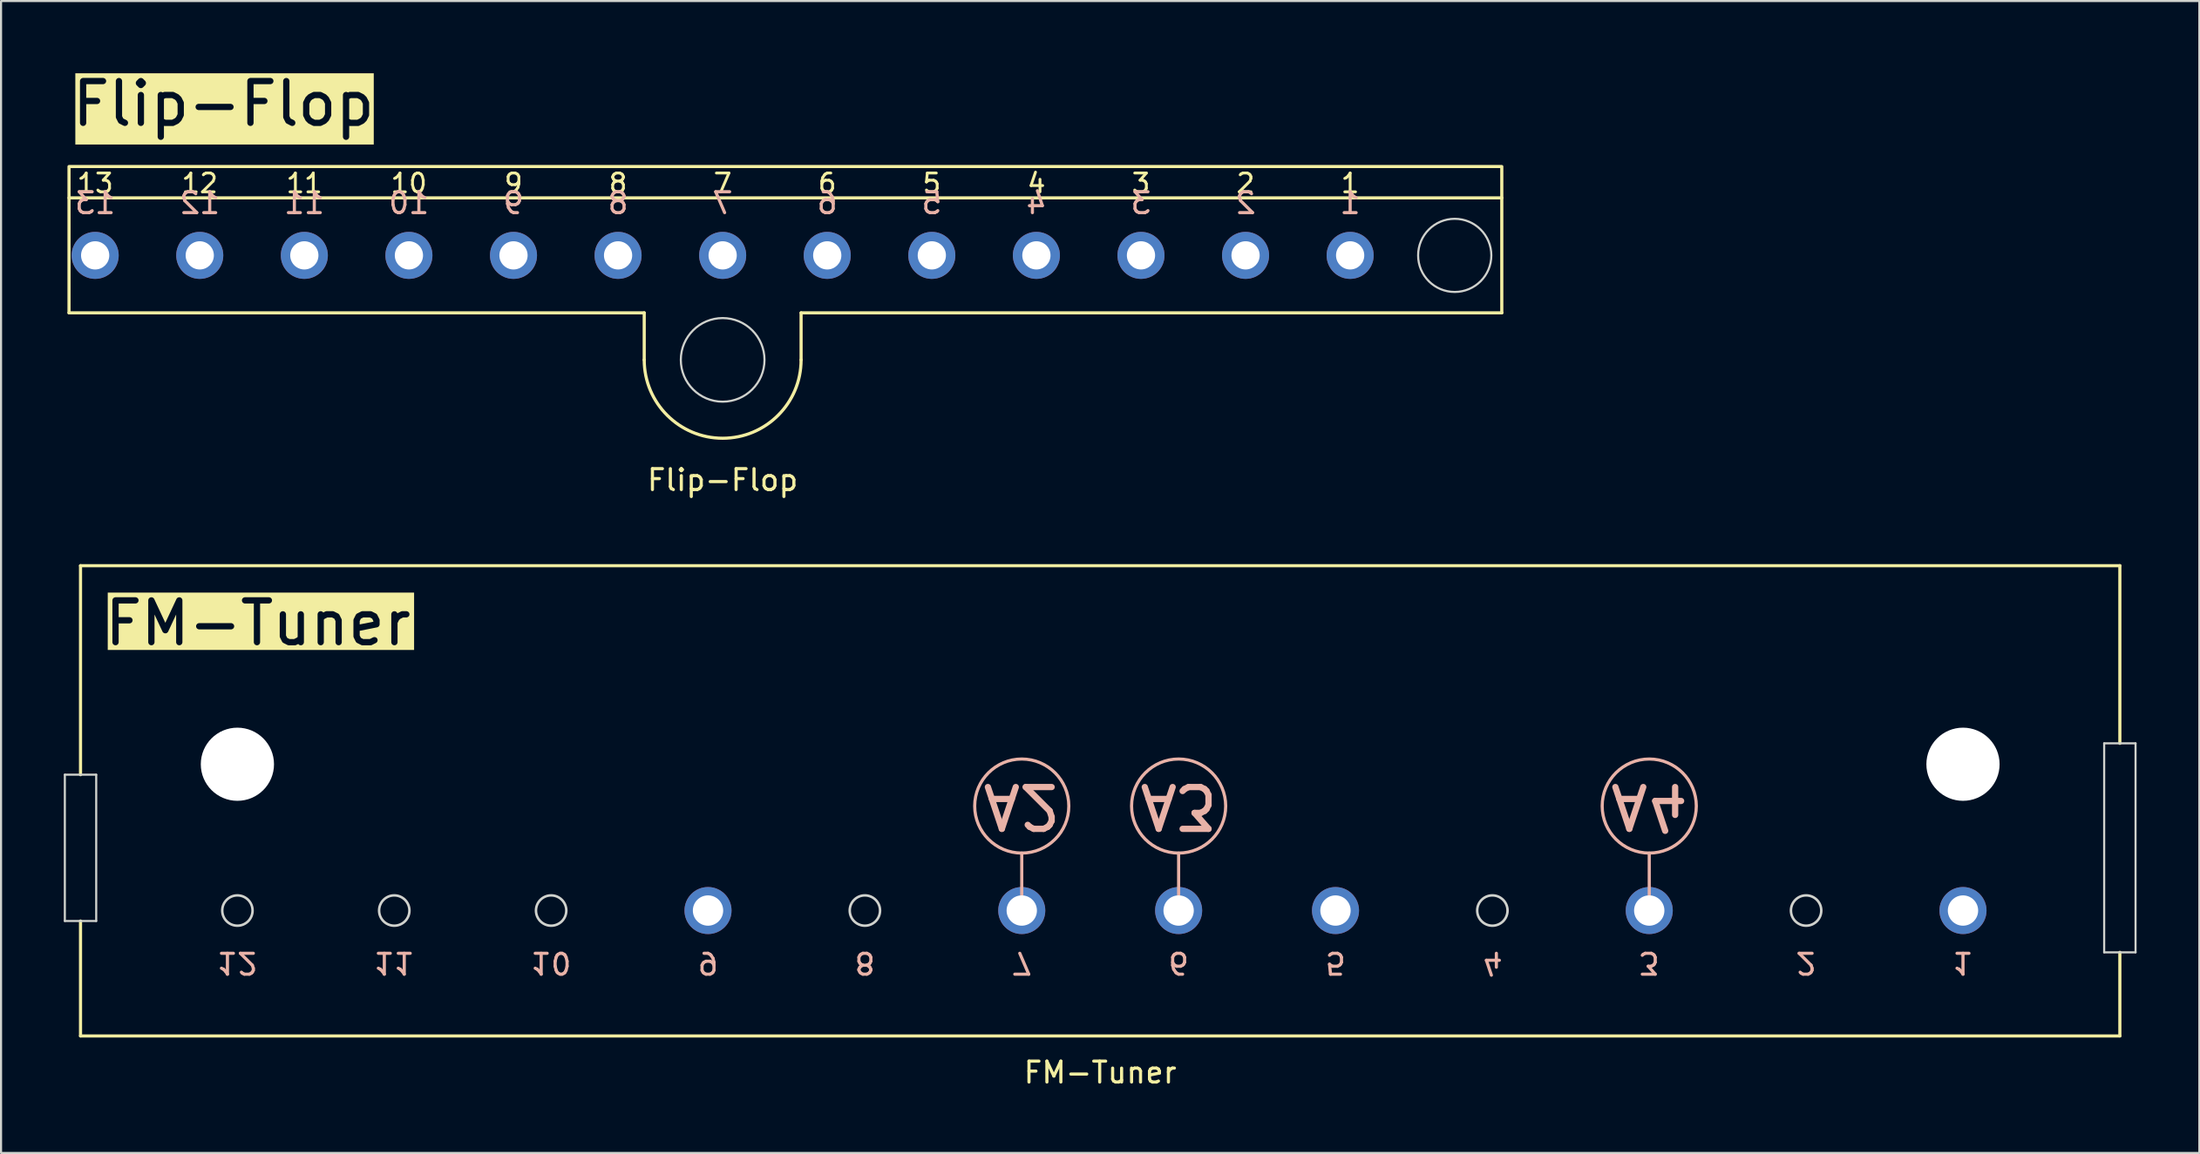
<source format=kicad_pcb>
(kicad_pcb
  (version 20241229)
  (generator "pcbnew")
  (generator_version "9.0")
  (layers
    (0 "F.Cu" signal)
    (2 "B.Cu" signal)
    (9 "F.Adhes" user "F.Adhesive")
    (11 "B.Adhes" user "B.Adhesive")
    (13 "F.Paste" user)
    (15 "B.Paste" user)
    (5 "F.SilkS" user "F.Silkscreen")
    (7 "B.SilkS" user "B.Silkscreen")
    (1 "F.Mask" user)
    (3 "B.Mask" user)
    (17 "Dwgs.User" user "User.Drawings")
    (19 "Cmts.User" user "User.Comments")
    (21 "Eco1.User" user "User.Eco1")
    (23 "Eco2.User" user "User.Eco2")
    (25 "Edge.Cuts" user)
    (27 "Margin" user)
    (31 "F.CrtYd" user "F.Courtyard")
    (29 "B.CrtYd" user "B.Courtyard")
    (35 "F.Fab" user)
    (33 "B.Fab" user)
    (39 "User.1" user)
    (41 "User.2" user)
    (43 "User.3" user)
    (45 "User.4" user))
  (footprint "FM-Tuner"
    (layer "F.Cu")
    (at 0.8 24.017)
    (property "Reference" "FM-Tuner" (at 48.75 24.25 0) (unlocked yes) (layer "F.SilkS") (effects (font (size 1 1) (thickness 0.15))))
    (attr through_hole)
    (fp_line (start 0 0) (end 0 10) (stroke (width 0.15) (type default)) (layer "F.SilkS"))
    (fp_line (start 0 17) (end 0 22.5) (stroke (width 0.15) (type default)) (layer "F.SilkS"))
    (fp_line (start 0 22.5) (end 97.5 22.5) (stroke (width 0.15) (type default)) (layer "F.SilkS"))
    (fp_line (start 97.5 0) (end 0 0) (stroke (width 0.15) (type default)) (layer "F.SilkS"))
    (fp_line (start 97.5 8.5) (end 97.5 0) (stroke (width 0.15) (type default)) (layer "F.SilkS"))
    (fp_line (start 97.5 22.5) (end 97.5 18.5) (stroke (width 0.15) (type default)) (layer "F.SilkS"))
    (fp_line (start 45 13.75) (end 45 15.75) (stroke (width 0.15) (type default)) (layer "B.SilkS"))
    (fp_line (start 52.5 13.75) (end 52.5 15.75) (stroke (width 0.15) (type default)) (layer "B.SilkS"))
    (fp_line (start 75 13.75) (end 75 15.75) (stroke (width 0.15) (type default)) (layer "B.SilkS"))
    (fp_circle (center 45 11.5) (end 47.25 11.5) (stroke (width 0.15) (type default)) (fill no) (layer "B.SilkS"))
    (fp_circle (center 52.5 11.5) (end 54.75 11.5) (stroke (width 0.15) (type default)) (fill no) (layer "B.SilkS"))
    (fp_circle (center 75 11.5) (end 77.25 11.5) (stroke (width 0.15) (type default)) (fill no) (layer "B.SilkS"))
    (fp_line (start -0.75 10) (end 0.75 10) (stroke (width 0.1) (type default)) (layer "Edge.Cuts"))
    (fp_line (start -0.75 17) (end -0.75 10) (stroke (width 0.1) (type default)) (layer "Edge.Cuts"))
    (fp_line (start -0.75 17) (end 0.75 17) (stroke (width 0.1) (type default)) (layer "Edge.Cuts"))
    (fp_line (start 0.75 10) (end 0.75 17) (stroke (width 0.1) (type default)) (layer "Edge.Cuts"))
    (fp_line (start 96.75 8.5) (end 98.25 8.5) (stroke (width 0.1) (type default)) (layer "Edge.Cuts"))
    (fp_line (start 96.75 18.5) (end 96.75 8.5) (stroke (width 0.1) (type default)) (layer "Edge.Cuts"))
    (fp_line (start 96.75 18.5) (end 98.25 18.5) (stroke (width 0.1) (type default)) (layer "Edge.Cuts"))
    (fp_line (start 98.25 8.5) (end 98.25 18.5) (stroke (width 0.1) (type default)) (layer "Edge.Cuts"))
    (fp_circle (center 7.5 16.5) (end 8.225 16.5) (stroke (width 0.12) (type default)) (fill no) (layer "Edge.Cuts"))
    (fp_circle (center 15 16.5) (end 15.725 16.5) (stroke (width 0.12) (type default)) (fill no) (layer "Edge.Cuts"))
    (fp_circle (center 22.5 16.5) (end 23.225 16.5) (stroke (width 0.12) (type default)) (fill no) (layer "Edge.Cuts"))
    (fp_circle (center 37.5 16.5) (end 38.225 16.5) (stroke (width 0.12) (type default)) (fill no) (layer "Edge.Cuts"))
    (fp_circle (center 67.5 16.5) (end 68.225 16.5) (stroke (width 0.12) (type default)) (fill no) (layer "Edge.Cuts"))
    (fp_circle (center 82.5 16.5) (end 83.225 16.5) (stroke (width 0.12) (type default)) (fill no) (layer "Edge.Cuts"))
    (fp_text user "FM-Tuner" (at 1 2.75 0) (unlocked yes) (layer "F.SilkS" knockout) (effects (font (size 2 2) (thickness 0.3)) (justify left)))
    (fp_text user "1" (at 90 19 180) (unlocked yes) (layer "B.SilkS") (effects (font (size 1 1) (thickness 0.15)) (justify mirror)))
    (fp_text user "5" (at 60 19 180) (unlocked yes) (layer "B.SilkS") (effects (font (size 1 1) (thickness 0.15)) (justify mirror)))
    (fp_text user "A4" (at 75 11.5 180) (unlocked yes) (layer "B.SilkS") (effects (font (size 2 2) (thickness 0.3)) (justify mirror)))
    (fp_text user "3" (at 75 19 180) (unlocked yes) (layer "B.SilkS") (effects (font (size 1 1) (thickness 0.15)) (justify mirror)))
    (fp_text user "6" (at 52.5 19 180) (unlocked yes) (layer "B.SilkS") (effects (font (size 1 1) (thickness 0.15)) (justify mirror)))
    (fp_text user "A2" (at 45 11.5 180) (unlocked yes) (layer "B.SilkS") (effects (font (size 2 2) (thickness 0.3)) (justify mirror)))
    (fp_text user "2" (at 82.5 19 180) (unlocked yes) (layer "B.SilkS") (effects (font (size 1 1) (thickness 0.15)) (justify mirror)))
    (fp_text user "12" (at 7.5 19 180) (unlocked yes) (layer "B.SilkS") (effects (font (size 1 1) (thickness 0.15)) (justify mirror)))
    (fp_text user "11" (at 15 19 180) (unlocked yes) (layer "B.SilkS") (effects (font (size 1 1) (thickness 0.15)) (justify mirror)))
    (fp_text user "4" (at 67.5 19 180) (unlocked yes) (layer "B.SilkS") (effects (font (size 1 1) (thickness 0.15)) (justify mirror)))
    (fp_text user "9" (at 30 19 180) (unlocked yes) (layer "B.SilkS") (effects (font (size 1 1) (thickness 0.15)) (justify mirror)))
    (fp_text user "A3" (at 52.5 11.5 180) (unlocked yes) (layer "B.SilkS") (effects (font (size 2 2) (thickness 0.3)) (justify mirror)))
    (fp_text user "10" (at 22.5 19 180) (unlocked yes) (layer "B.SilkS") (effects (font (size 1 1) (thickness 0.15)) (justify mirror)))
    (fp_text user "8" (at 37.5 19 180) (unlocked yes) (layer "B.SilkS") (effects (font (size 1 1) (thickness 0.15)) (justify mirror)))
    (fp_text user "7" (at 45 19 180) (unlocked yes) (layer "B.SilkS") (effects (font (size 1 1) (thickness 0.15)) (justify mirror)))
    (pad "1" thru_hole circle (at 90 16.5) (size 2.25 2.25) (drill 1.45) (layers "*.Cu" "B.Mask") (remove_unused_layers yes) (keep_end_layers yes) (zone_layer_connections))
    (pad "3" thru_hole circle (at 75 16.5) (size 2.25 2.25) (drill 1.45) (layers "*.Cu" "B.Mask") (remove_unused_layers yes) (keep_end_layers yes) (zone_layer_connections))
    (pad "5" thru_hole circle (at 60 16.5) (size 2.25 2.25) (drill 1.45) (layers "*.Cu" "B.Mask") (remove_unused_layers yes) (keep_end_layers yes) (zone_layer_connections))
    (pad "6" thru_hole circle (at 52.5 16.5) (size 2.25 2.25) (drill 1.45) (layers "*.Cu" "B.Mask") (remove_unused_layers yes) (keep_end_layers yes) (zone_layer_connections))
    (pad "7" thru_hole circle (at 45 16.5) (size 2.25 2.25) (drill 1.45) (layers "*.Cu" "B.Mask") (remove_unused_layers yes) (keep_end_layers yes) (zone_layer_connections))
    (pad "9" thru_hole circle (at 30 16.5) (size 2.25 2.25) (drill 1.45) (layers "*.Cu" "B.Mask") (remove_unused_layers yes) (keep_end_layers yes) (zone_layer_connections))
    (pad "13" thru_hole circle (at 7.5 9.5) (size 5 5) (drill 3.5) (layers "*.Cu" "B.Mask") (remove_unused_layers yes) (zone_layer_connections))
    (pad "13" thru_hole circle (at 90 9.5) (size 5 5) (drill 3.5) (layers "*.Cu" "B.Mask") (remove_unused_layers yes) (zone_layer_connections)))
  (footprint "Flip-Flop"
    (layer "F.Cu")
    (at 0.25 4.919)
    (property "Reference" "Flip-Flop" (at 31.25 15 0) (unlocked yes) (layer "F.SilkS") (effects (font (size 1 1) (thickness 0.15))))
    (attr through_hole)
    (fp_line (start 0 7) (end 0 1.5) (stroke (width 0.15) (type default)) (layer "F.SilkS"))
    (fp_line (start 27.5 7) (end 0 7) (stroke (width 0.15) (type default)) (layer "F.SilkS"))
    (fp_line (start 27.5 7) (end 27.5 9.25) (stroke (width 0.15) (type default)) (layer "F.SilkS"))
    (fp_line (start 35 7) (end 35 9.25) (stroke (width 0.15) (type default)) (layer "F.SilkS"))
    (fp_line (start 68.5 1.5) (end 68.5 7) (stroke (width 0.15) (type default)) (layer "F.SilkS"))
    (fp_line (start 68.5 7) (end 35 7) (stroke (width 0.15) (type default)) (layer "F.SilkS"))
    (fp_rect (start 68.5 0) (end 0 1.5) (stroke (width 0.15) (type default)) (fill no) (layer "F.SilkS"))
    (fp_arc (start 35 9.25) (mid 31.25 13) (end 27.5 9.25) (stroke (width 0.15) (type default)) (layer "F.SilkS"))
    (fp_circle (center 31.25 9.25) (end 33.25 9.25) (stroke (width 0.1) (type default)) (fill no) (layer "Edge.Cuts"))
    (fp_circle (center 66.25 4.25) (end 68 4.25) (stroke (width 0.1) (type default)) (fill no) (layer "Edge.Cuts"))
    (fp_text user "9" (at 21.25 0.8 0) (unlocked yes) (layer "F.SilkS") (effects (font (size 0.9 0.9) (thickness 0.135))))
    (fp_text user "10" (at 16.25 0.8 0) (unlocked yes) (layer "F.SilkS") (effects (font (size 0.9 0.9) (thickness 0.135))))
    (fp_text user "5" (at 41.25 0.8 0) (unlocked yes) (layer "F.SilkS") (effects (font (size 0.9 0.9) (thickness 0.135))))
    (fp_text user "2" (at 56.25 0.8 0) (unlocked yes) (layer "F.SilkS") (effects (font (size 0.9 0.9) (thickness 0.135))))
    (fp_text user "3" (at 51.25 0.8 0) (unlocked yes) (layer "F.SilkS") (effects (font (size 0.9 0.9) (thickness 0.135))))
    (fp_text user "13" (at 1.25 0.8 0) (unlocked yes) (layer "F.SilkS") (effects (font (size 0.9 0.9) (thickness 0.135))))
    (fp_text user "6" (at 36.25 0.8 0) (unlocked yes) (layer "F.SilkS") (effects (font (size 0.9 0.9) (thickness 0.135))))
    (fp_text user "11" (at 11.25 0.8 0) (unlocked yes) (layer "F.SilkS") (effects (font (size 0.9 0.9) (thickness 0.135))))
    (fp_text user "7" (at 31.25 0.8 0) (unlocked yes) (layer "F.SilkS") (effects (font (size 0.9 0.9) (thickness 0.135))))
    (fp_text user "Flip-Flop" (at 0 -3 0) (unlocked yes) (layer "F.SilkS" knockout) (effects (font (size 2 2) (thickness 0.3)) (justify left)))
    (fp_text user "4" (at 46.25 0.8 0) (unlocked yes) (layer "F.SilkS") (effects (font (size 0.9 0.9) (thickness 0.135))))
    (fp_text user "1" (at 61.25 0.8 0) (unlocked yes) (layer "F.SilkS") (effects (font (size 0.9 0.9) (thickness 0.135))))
    (fp_text user "8" (at 26.25 0.8 0) (unlocked yes) (layer "F.SilkS") (effects (font (size 0.9 0.9) (thickness 0.135))))
    (fp_text user "12" (at 6.25 0.8 0) (unlocked yes) (layer "F.SilkS") (effects (font (size 0.9 0.9) (thickness 0.135))))
    (fp_text user "5" (at 41.25 1.75 0) (unlocked yes) (layer "B.SilkS") (effects (font (size 1 1) (thickness 0.15)) (justify mirror)))
    (fp_text user "11" (at 11.25 1.75 0) (unlocked yes) (layer "B.SilkS") (effects (font (size 1 1) (thickness 0.15)) (justify mirror)))
    (fp_text user "7" (at 31.25 1.75 0) (unlocked yes) (layer "B.SilkS") (effects (font (size 1 1) (thickness 0.15)) (justify mirror)))
    (fp_text user "1" (at 61.25 1.75 0) (unlocked yes) (layer "B.SilkS") (effects (font (size 1 1) (thickness 0.15)) (justify mirror)))
    (fp_text user "9" (at 21.25 1.75 0) (unlocked yes) (layer "B.SilkS") (effects (font (size 1 1) (thickness 0.15)) (justify mirror)))
    (fp_text user "2" (at 56.25 1.75 0) (unlocked yes) (layer "B.SilkS") (effects (font (size 1 1) (thickness 0.15)) (justify mirror)))
    (fp_text user "6" (at 36.25 1.75 0) (unlocked yes) (layer "B.SilkS") (effects (font (size 1 1) (thickness 0.15)) (justify mirror)))
    (fp_text user "4" (at 46.25 1.75 0) (unlocked yes) (layer "B.SilkS") (effects (font (size 1 1) (thickness 0.15)) (justify mirror)))
    (fp_text user "12" (at 6.25 1.75 0) (unlocked yes) (layer "B.SilkS") (effects (font (size 1 1) (thickness 0.15)) (justify mirror)))
    (fp_text user "13" (at 1.25 1.75 0) (unlocked yes) (layer "B.SilkS") (effects (font (size 1 1) (thickness 0.15)) (justify mirror)))
    (fp_text user "3" (at 51.25 1.75 0) (unlocked yes) (layer "B.SilkS") (effects (font (size 1 1) (thickness 0.15)) (justify mirror)))
    (fp_text user "10" (at 16.25 1.75 0) (unlocked yes) (layer "B.SilkS") (effects (font (size 1 1) (thickness 0.15)) (justify mirror)))
    (fp_text user "8" (at 26.25 1.75 0) (unlocked yes) (layer "B.SilkS") (effects (font (size 1 1) (thickness 0.15)) (justify mirror)))
    (pad "1" thru_hole circle (at 61.25 4.25) (size 2.25 2.25) (drill 1.35) (layers "*.Cu" "B.Mask") (remove_unused_layers yes) (keep_end_layers yes) (zone_layer_connections))
    (pad "2" thru_hole circle (at 56.25 4.25) (size 2.25 2.25) (drill 1.35) (layers "*.Cu" "B.Mask") (remove_unused_layers yes) (keep_end_layers yes) (zone_layer_connections))
    (pad "3" thru_hole circle (at 51.25 4.25) (size 2.25 2.25) (drill 1.35) (layers "*.Cu" "B.Mask") (remove_unused_layers yes) (keep_end_layers yes) (zone_layer_connections))
    (pad "4" thru_hole circle (at 46.25 4.25) (size 2.25 2.25) (drill 1.35) (layers "*.Cu" "B.Mask") (remove_unused_layers yes) (keep_end_layers yes) (zone_layer_connections))
    (pad "5" thru_hole circle (at 41.25 4.25) (size 2.25 2.25) (drill 1.35) (layers "*.Cu" "B.Mask") (remove_unused_layers yes) (keep_end_layers yes) (zone_layer_connections))
    (pad "6" thru_hole circle (at 36.25 4.25) (size 2.25 2.25) (drill 1.35) (layers "*.Cu" "B.Mask") (remove_unused_layers yes) (keep_end_layers yes) (zone_layer_connections))
    (pad "7" thru_hole circle (at 31.25 4.25) (size 2.25 2.25) (drill 1.35) (layers "*.Cu" "B.Mask") (remove_unused_layers yes) (keep_end_layers yes) (zone_layer_connections))
    (pad "8" thru_hole circle (at 26.25 4.25) (size 2.25 2.25) (drill 1.35) (layers "*.Cu" "B.Mask") (remove_unused_layers yes) (keep_end_layers yes) (zone_layer_connections))
    (pad "9" thru_hole circle (at 21.25 4.25) (size 2.25 2.25) (drill 1.35) (layers "*.Cu" "B.Mask") (remove_unused_layers yes) (keep_end_layers yes) (zone_layer_connections))
    (pad "10" thru_hole circle (at 16.25 4.25) (size 2.25 2.25) (drill 1.35) (layers "*.Cu" "B.Mask") (remove_unused_layers yes) (keep_end_layers yes) (zone_layer_connections))
    (pad "11" thru_hole circle (at 11.25 4.25) (size 2.25 2.25) (drill 1.35) (layers "*.Cu" "B.Mask") (remove_unused_layers yes) (keep_end_layers yes) (zone_layer_connections))
    (pad "12" thru_hole circle (at 6.25 4.25) (size 2.25 2.25) (drill 1.35) (layers "*.Cu" "B.Mask") (remove_unused_layers yes) (keep_end_layers yes) (zone_layer_connections))
    (pad "13" thru_hole circle (at 1.25 4.25) (size 2.25 2.25) (drill 1.35) (layers "*.Cu" "B.Mask") (remove_unused_layers yes) (keep_end_layers yes) (zone_layer_connections)))
  (gr_rect
    (start -3 -3)
    (end 102.1 52.115)
    (stroke (width 0.1) (type default))
    (fill no)
    (layer "Edge.Cuts")))
</source>
